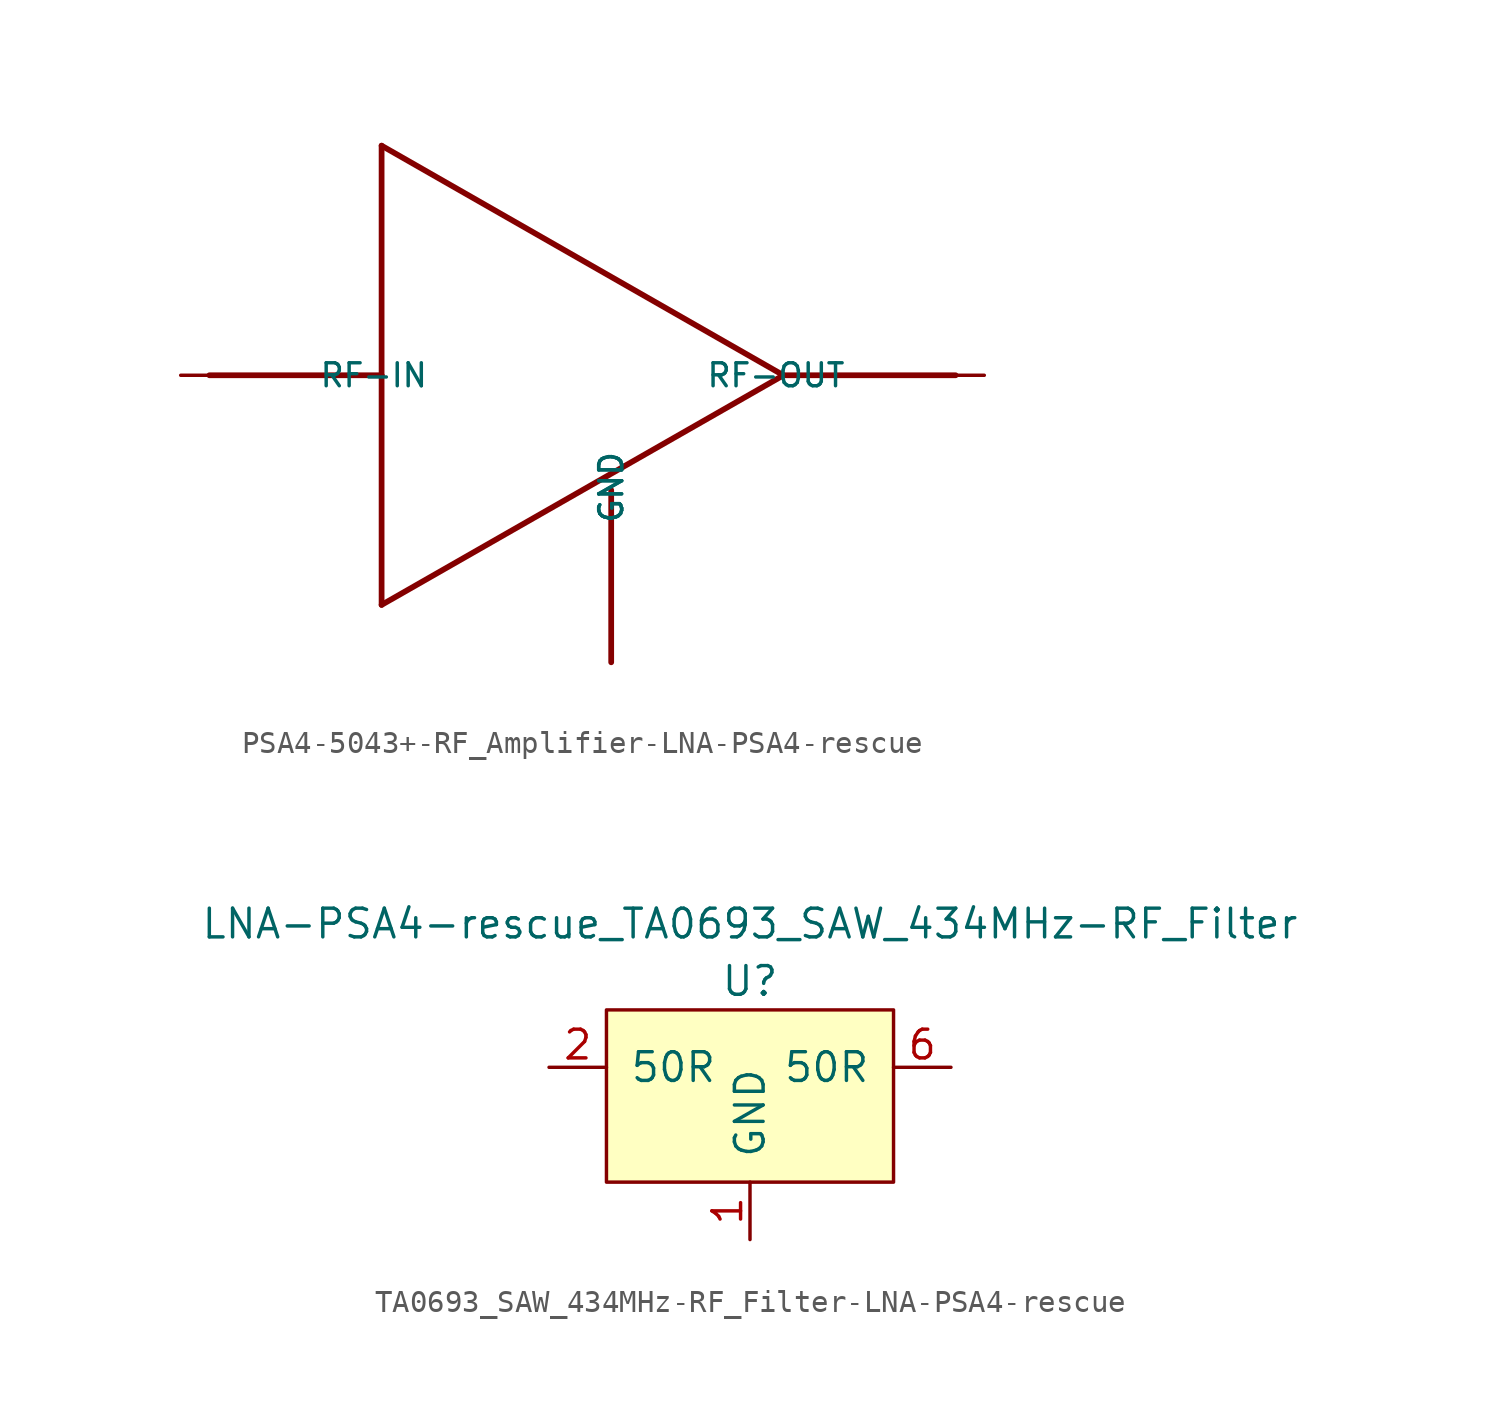
<source format=kicad_sym>
(kicad_symbol_lib
  (version 20220914)
  (generator kicad_symbol_editor)
  (symbol "PSA4-5043+-RF_Amplifier-LNA-PSA4-rescue"
    (pin_numbers hide)
    (pin_names
      (offset 1.016))
    (property "Reference" "U"
      (at 0 0 0)
      (effects (font (size 1.27 1.27)) (justify left bottom) hide))
    (property "ki_locked" ""
      (at 0 0 0)
      (effects (font (size 1.27 1.27))))
    (symbol "PSA4-5043+-RF_Amplifier-LNA-PSA4-rescue_0_0"
      (polyline (pts (xy -7.62 -10.16) (xy 10.16 0)) (stroke (width 0.254) (type solid)) (fill (type none)))
      (polyline (pts (xy -7.62 0) (xy -15.24 0)) (stroke (width 0.254) (type solid)) (fill (type none)))
      (polyline (pts (xy -7.62 0) (xy -7.62 -10.16)) (stroke (width 0.254) (type solid)) (fill (type none)))
      (polyline (pts (xy -7.62 10.16) (xy -7.62 0)) (stroke (width 0.254) (type solid)) (fill (type none)))
      (polyline (pts (xy 2.54 -5.08) (xy 2.54 -12.7)) (stroke (width 0.254) (type solid)) (fill (type none)))
      (polyline (pts (xy 10.16 0) (xy -7.62 10.16)) (stroke (width 0.254) (type solid)) (fill (type none)))
      (polyline (pts (xy 10.16 0) (xy 17.78 0)) (stroke (width 0.254) (type solid)) (fill (type none)))
      (pin bidirectional line (at 19.05 0 180) (length 5.08) (name "RF-OUT" (effects (font (size 1.016 1.016)))) (number "1" (effects (font (size 1.016 1.016)))))
      (pin bidirectional line (at 2.54 -12.7 90) (length 5.08) (name "GND" (effects (font (size 1.016 1.016)))) (number "2" (effects (font (size 1.016 1.016)))))
      (pin bidirectional line (at -16.51 0 0) (length 5.08) (name "RF-IN" (effects (font (size 1.016 1.016)))) (number "3" (effects (font (size 1.016 1.016)))))
      (pin bidirectional line (at 2.54 -12.7 90) (length 5.08) (name "GND" (effects (font (size 1.016 1.016)))) (number "4" (effects (font (size 1.016 1.016)))))))
  (symbol "TA0693_SAW_434MHz-RF_Filter-LNA-PSA4-rescue"
    (pin_names
      (offset 1.016))
    (property "Reference" "U"
      (at 0 3.81 0)
      (effects (font (size 1.27 1.27))))
    (property "Value" "LNA-PSA4-rescue_TA0693_SAW_434MHz-RF_Filter"
      (at 0 6.35 0)
      (effects (font (size 1.27 1.27))))
    (symbol "TA0693_SAW_434MHz-RF_Filter-LNA-PSA4-rescue_0_1"
      (rectangle (start -6.35 2.54) (end 6.35 -5.08) (stroke (width 0) (type solid)) (fill (type background))))
    (symbol "TA0693_SAW_434MHz-RF_Filter-LNA-PSA4-rescue_1_1"
      (pin input line (at 0 -7.62 90) (length 2.54) (name "GND" (effects (font (size 1.27 1.27)))) (number "1" (effects (font (size 1.27 1.27)))))
      (pin input line (at -8.89 0 0) (length 2.54) (name "50R" (effects (font (size 1.27 1.27)))) (number "2" (effects (font (size 1.27 1.27)))))
      (pin input line (at 0 -7.62 90) (length 2.54) hide (name "GND" (effects (font (size 1.27 1.27)))) (number "3" (effects (font (size 1.27 1.27)))))
      (pin input line (at 0 -7.62 90) (length 2.54) hide (name "GND" (effects (font (size 1.27 1.27)))) (number "4" (effects (font (size 1.27 1.27)))))
      (pin input line (at 0 -7.62 90) (length 2.54) hide (name "GND" (effects (font (size 1.27 1.27)))) (number "5" (effects (font (size 1.27 1.27)))))
      (pin input line (at 8.89 0 180) (length 2.54) (name "50R" (effects (font (size 1.27 1.27)))) (number "6" (effects (font (size 1.27 1.27)))))
      (pin input line (at 0 -7.62 90) (length 2.54) hide (name "GND" (effects (font (size 1.27 1.27)))) (number "7" (effects (font (size 1.27 1.27)))))
      (pin input line (at 0 -7.62 90) (length 2.54) hide (name "GND" (effects (font (size 1.27 1.27)))) (number "8" (effects (font (size 1.27 1.27))))))))
</source>
